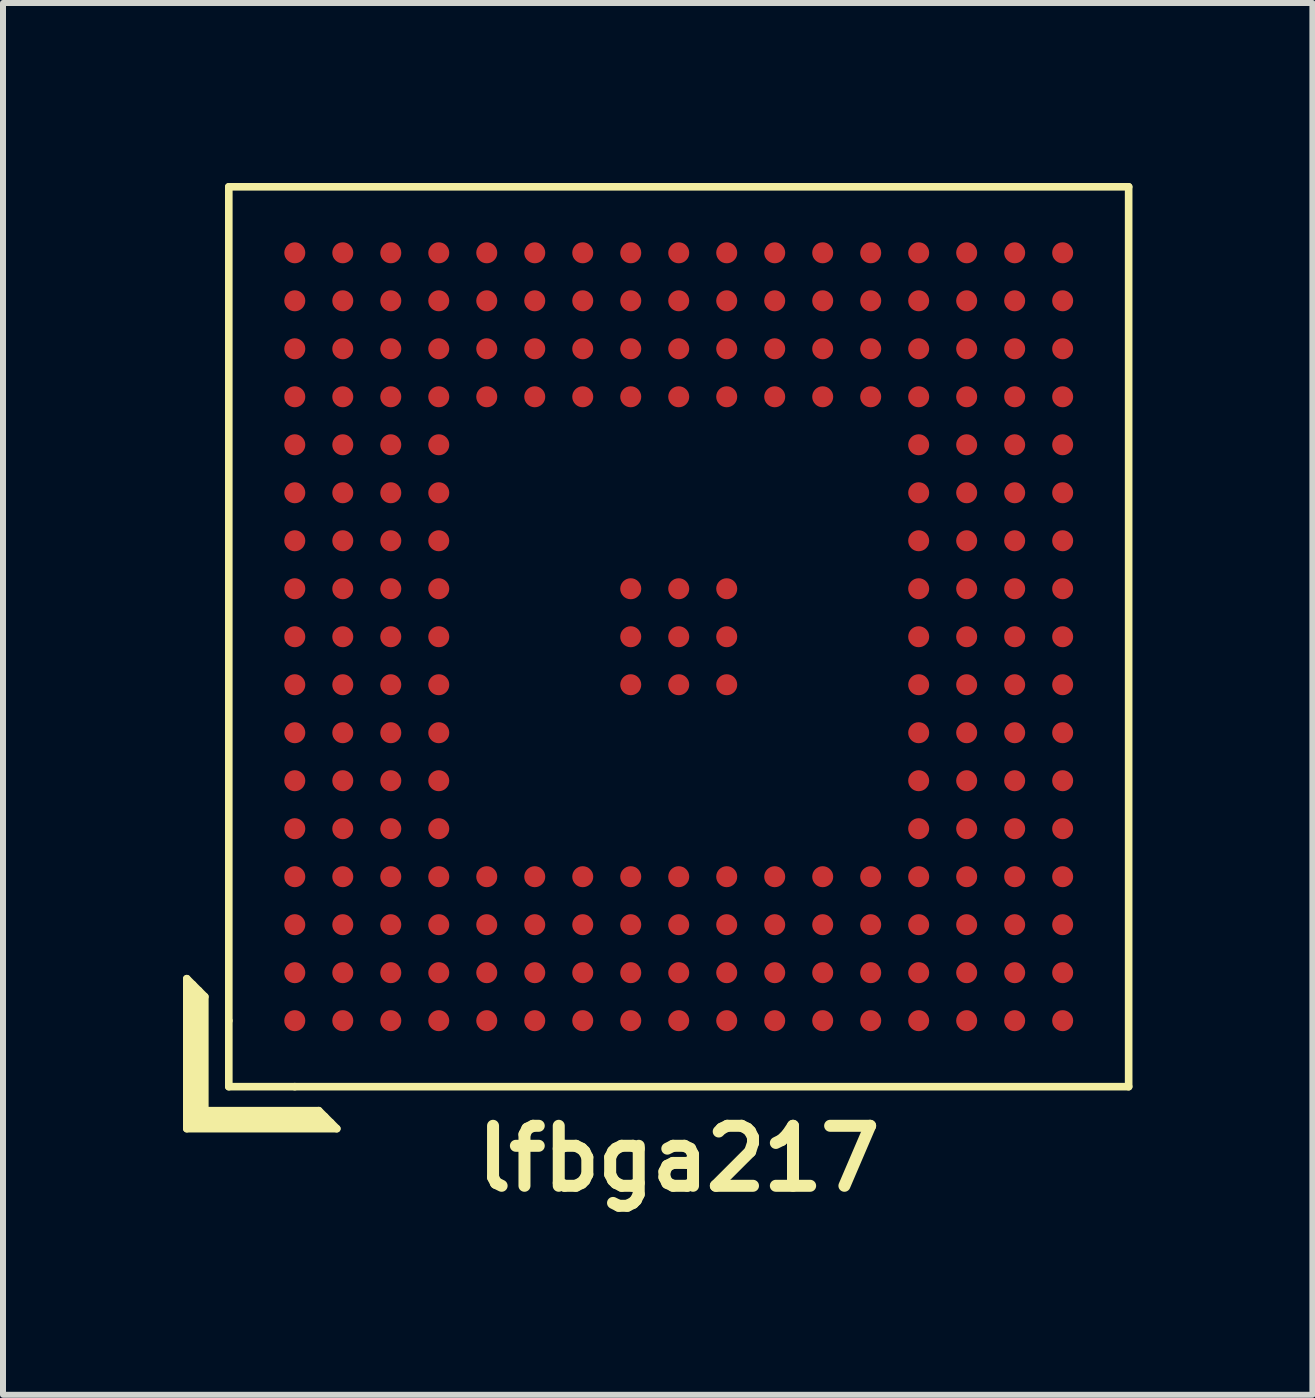
<source format=kicad_pcb>
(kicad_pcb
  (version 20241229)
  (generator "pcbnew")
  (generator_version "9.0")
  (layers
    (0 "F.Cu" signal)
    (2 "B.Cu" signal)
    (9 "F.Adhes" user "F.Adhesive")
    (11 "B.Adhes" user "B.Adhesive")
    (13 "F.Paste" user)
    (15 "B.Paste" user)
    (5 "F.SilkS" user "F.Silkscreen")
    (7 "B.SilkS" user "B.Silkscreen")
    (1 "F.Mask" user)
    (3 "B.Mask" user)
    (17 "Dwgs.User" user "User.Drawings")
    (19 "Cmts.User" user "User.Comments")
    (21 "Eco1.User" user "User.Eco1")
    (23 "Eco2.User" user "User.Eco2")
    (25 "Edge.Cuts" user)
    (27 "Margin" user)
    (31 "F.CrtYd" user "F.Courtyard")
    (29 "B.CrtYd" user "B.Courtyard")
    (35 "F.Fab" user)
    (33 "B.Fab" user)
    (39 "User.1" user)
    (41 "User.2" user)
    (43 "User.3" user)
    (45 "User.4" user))
  (footprint "lfbga217"
    (layer "F.Cu")
    (at 8.264 7.564)
    (property "Reference" "lfbga217" (at 0 8.7 0) (layer "F.SilkS") (effects (font (size 1 1) (thickness 0.2))))
    (attr smd)
    (fp_line (start -8.2 5.7) (end -7.9 6) (stroke (width 0.127) (type solid)) (layer "F.SilkS"))
    (fp_line (start -8.2 8.2) (end -8.2 5.7) (stroke (width 0.127) (type solid)) (layer "F.SilkS"))
    (fp_line (start -8.1 5.8) (end -8.1 8.1) (stroke (width 0.127) (type solid)) (layer "F.SilkS"))
    (fp_line (start -8.1 8.1) (end -5.8 8.1) (stroke (width 0.127) (type solid)) (layer "F.SilkS"))
    (fp_line (start -8 8) (end -8 5.9) (stroke (width 0.127) (type solid)) (layer "F.SilkS"))
    (fp_line (start -7.9 6) (end -7.9 7.9) (stroke (width 0.127) (type solid)) (layer "F.SilkS"))
    (fp_line (start -7.9 7.9) (end -6 7.9) (stroke (width 0.127) (type solid)) (layer "F.SilkS"))
    (fp_line (start -7.5 -7.5) (end 7.5 -7.5) (stroke (width 0.127) (type solid)) (layer "F.SilkS"))
    (fp_line (start -7.5 6.4) (end -7.5 -7.5) (stroke (width 0.127) (type solid)) (layer "F.SilkS"))
    (fp_line (start -7.5 6.4) (end -7.5 7.5) (stroke (width 0.127) (type solid)) (layer "F.SilkS"))
    (fp_line (start -7.5 7.5) (end -6.4 7.5) (stroke (width 0.127) (type solid)) (layer "F.SilkS"))
    (fp_line (start -6 7.9) (end -5.7 8.2) (stroke (width 0.127) (type solid)) (layer "F.SilkS"))
    (fp_line (start -5.9 8) (end -8 8) (stroke (width 0.127) (type solid)) (layer "F.SilkS"))
    (fp_line (start -5.7 8.2) (end -8.2 8.2) (stroke (width 0.127) (type solid)) (layer "F.SilkS"))
    (fp_line (start 7.5 -7.5) (end 7.5 7.5) (stroke (width 0.127) (type solid)) (layer "F.SilkS"))
    (fp_line (start 7.5 7.5) (end -6.4 7.5) (stroke (width 0.127) (type solid)) (layer "F.SilkS"))
    (pad "A1" smd circle (at -6.4 6.4) (size 0.35 0.35) (layers "F.Cu" "F.Mask" "F.Paste"))
    (pad "A2" smd circle (at -5.6 6.4) (size 0.35 0.35) (layers "F.Cu" "F.Mask" "F.Paste"))
    (pad "A3" smd circle (at -4.8 6.4) (size 0.35 0.35) (layers "F.Cu" "F.Mask" "F.Paste"))
    (pad "A4" smd circle (at -4 6.4) (size 0.35 0.35) (layers "F.Cu" "F.Mask" "F.Paste"))
    (pad "A5" smd circle (at -3.2 6.4) (size 0.35 0.35) (layers "F.Cu" "F.Mask" "F.Paste"))
    (pad "A6" smd circle (at -2.4 6.4) (size 0.35 0.35) (layers "F.Cu" "F.Mask" "F.Paste"))
    (pad "A7" smd circle (at -1.6 6.4) (size 0.35 0.35) (layers "F.Cu" "F.Mask" "F.Paste"))
    (pad "A8" smd circle (at -0.8 6.4) (size 0.35 0.35) (layers "F.Cu" "F.Mask" "F.Paste"))
    (pad "A9" smd circle (at 0 6.4) (size 0.35 0.35) (layers "F.Cu" "F.Mask" "F.Paste"))
    (pad "A10" smd circle (at 0.8 6.4) (size 0.35 0.35) (layers "F.Cu" "F.Mask" "F.Paste"))
    (pad "A11" smd circle (at 1.6 6.4) (size 0.35 0.35) (layers "F.Cu" "F.Mask" "F.Paste"))
    (pad "A12" smd circle (at 2.4 6.4) (size 0.35 0.35) (layers "F.Cu" "F.Mask" "F.Paste"))
    (pad "A13" smd circle (at 3.2 6.4) (size 0.35 0.35) (layers "F.Cu" "F.Mask" "F.Paste"))
    (pad "A14" smd circle (at 4 6.4) (size 0.35 0.35) (layers "F.Cu" "F.Mask" "F.Paste"))
    (pad "A15" smd circle (at 4.8 6.4) (size 0.35 0.35) (layers "F.Cu" "F.Mask" "F.Paste"))
    (pad "A16" smd circle (at 5.6 6.4) (size 0.35 0.35) (layers "F.Cu" "F.Mask" "F.Paste"))
    (pad "A17" smd circle (at 6.4 6.4) (size 0.35 0.35) (layers "F.Cu" "F.Mask" "F.Paste"))
    (pad "B1" smd circle (at -6.4 5.6) (size 0.35 0.35) (layers "F.Cu" "F.Mask" "F.Paste"))
    (pad "B2" smd circle (at -5.6 5.6) (size 0.35 0.35) (layers "F.Cu" "F.Mask" "F.Paste"))
    (pad "B3" smd circle (at -4.8 5.6) (size 0.35 0.35) (layers "F.Cu" "F.Mask" "F.Paste"))
    (pad "B4" smd circle (at -4 5.6) (size 0.35 0.35) (layers "F.Cu" "F.Mask" "F.Paste"))
    (pad "B5" smd circle (at -3.2 5.6) (size 0.35 0.35) (layers "F.Cu" "F.Mask" "F.Paste"))
    (pad "B6" smd circle (at -2.4 5.6) (size 0.35 0.35) (layers "F.Cu" "F.Mask" "F.Paste"))
    (pad "B7" smd circle (at -1.6 5.6) (size 0.35 0.35) (layers "F.Cu" "F.Mask" "F.Paste"))
    (pad "B8" smd circle (at -0.8 5.6) (size 0.35 0.35) (layers "F.Cu" "F.Mask" "F.Paste"))
    (pad "B9" smd circle (at 0 5.6) (size 0.35 0.35) (layers "F.Cu" "F.Mask" "F.Paste"))
    (pad "B10" smd circle (at 0.8 5.6) (size 0.35 0.35) (layers "F.Cu" "F.Mask" "F.Paste"))
    (pad "B11" smd circle (at 1.6 5.6) (size 0.35 0.35) (layers "F.Cu" "F.Mask" "F.Paste"))
    (pad "B12" smd circle (at 2.4 5.6) (size 0.35 0.35) (layers "F.Cu" "F.Mask" "F.Paste"))
    (pad "B13" smd circle (at 3.2 5.6) (size 0.35 0.35) (layers "F.Cu" "F.Mask" "F.Paste"))
    (pad "B14" smd circle (at 4 5.6) (size 0.35 0.35) (layers "F.Cu" "F.Mask" "F.Paste"))
    (pad "B15" smd circle (at 4.8 5.6) (size 0.35 0.35) (layers "F.Cu" "F.Mask" "F.Paste"))
    (pad "B16" smd circle (at 5.6 5.6) (size 0.35 0.35) (layers "F.Cu" "F.Mask" "F.Paste"))
    (pad "B17" smd circle (at 6.4 5.6) (size 0.35 0.35) (layers "F.Cu" "F.Mask" "F.Paste"))
    (pad "C1" smd circle (at -6.4 4.8) (size 0.35 0.35) (layers "F.Cu" "F.Mask" "F.Paste"))
    (pad "C2" smd circle (at -5.6 4.8) (size 0.35 0.35) (layers "F.Cu" "F.Mask" "F.Paste"))
    (pad "C3" smd circle (at -4.8 4.8) (size 0.35 0.35) (layers "F.Cu" "F.Mask" "F.Paste"))
    (pad "C4" smd circle (at -4 4.8) (size 0.35 0.35) (layers "F.Cu" "F.Mask" "F.Paste"))
    (pad "C5" smd circle (at -3.2 4.8) (size 0.35 0.35) (layers "F.Cu" "F.Mask" "F.Paste"))
    (pad "C6" smd circle (at -2.4 4.8) (size 0.35 0.35) (layers "F.Cu" "F.Mask" "F.Paste"))
    (pad "C7" smd circle (at -1.6 4.8) (size 0.35 0.35) (layers "F.Cu" "F.Mask" "F.Paste"))
    (pad "C8" smd circle (at -0.8 4.8) (size 0.35 0.35) (layers "F.Cu" "F.Mask" "F.Paste"))
    (pad "C9" smd circle (at 0 4.8) (size 0.35 0.35) (layers "F.Cu" "F.Mask" "F.Paste"))
    (pad "C10" smd circle (at 0.8 4.8) (size 0.35 0.35) (layers "F.Cu" "F.Mask" "F.Paste"))
    (pad "C11" smd circle (at 1.6 4.8) (size 0.35 0.35) (layers "F.Cu" "F.Mask" "F.Paste"))
    (pad "C12" smd circle (at 2.4 4.8) (size 0.35 0.35) (layers "F.Cu" "F.Mask" "F.Paste"))
    (pad "C13" smd circle (at 3.2 4.8) (size 0.35 0.35) (layers "F.Cu" "F.Mask" "F.Paste"))
    (pad "C14" smd circle (at 4 4.8) (size 0.35 0.35) (layers "F.Cu" "F.Mask" "F.Paste"))
    (pad "C15" smd circle (at 4.8 4.8) (size 0.35 0.35) (layers "F.Cu" "F.Mask" "F.Paste"))
    (pad "C16" smd circle (at 5.6 4.8) (size 0.35 0.35) (layers "F.Cu" "F.Mask" "F.Paste"))
    (pad "C17" smd circle (at 6.4 4.8) (size 0.35 0.35) (layers "F.Cu" "F.Mask" "F.Paste"))
    (pad "D1" smd circle (at -6.4 4) (size 0.35 0.35) (layers "F.Cu" "F.Mask" "F.Paste"))
    (pad "D2" smd circle (at -5.6 4) (size 0.35 0.35) (layers "F.Cu" "F.Mask" "F.Paste"))
    (pad "D3" smd circle (at -4.8 4) (size 0.35 0.35) (layers "F.Cu" "F.Mask" "F.Paste"))
    (pad "D4" smd circle (at -4 4) (size 0.35 0.35) (layers "F.Cu" "F.Mask" "F.Paste"))
    (pad "D5" smd circle (at -3.2 4) (size 0.35 0.35) (layers "F.Cu" "F.Mask" "F.Paste"))
    (pad "D6" smd circle (at -2.4 4) (size 0.35 0.35) (layers "F.Cu" "F.Mask" "F.Paste"))
    (pad "D7" smd circle (at -1.6 4) (size 0.35 0.35) (layers "F.Cu" "F.Mask" "F.Paste"))
    (pad "D8" smd circle (at -0.8 4) (size 0.35 0.35) (layers "F.Cu" "F.Mask" "F.Paste"))
    (pad "D9" smd circle (at 0 4) (size 0.35 0.35) (layers "F.Cu" "F.Mask" "F.Paste"))
    (pad "D10" smd circle (at 0.8 4) (size 0.35 0.35) (layers "F.Cu" "F.Mask" "F.Paste"))
    (pad "D11" smd circle (at 1.6 4) (size 0.35 0.35) (layers "F.Cu" "F.Mask" "F.Paste"))
    (pad "D12" smd circle (at 2.4 4) (size 0.35 0.35) (layers "F.Cu" "F.Mask" "F.Paste"))
    (pad "D13" smd circle (at 3.2 4) (size 0.35 0.35) (layers "F.Cu" "F.Mask" "F.Paste"))
    (pad "D14" smd circle (at 4 4) (size 0.35 0.35) (layers "F.Cu" "F.Mask" "F.Paste"))
    (pad "D15" smd circle (at 4.8 4) (size 0.35 0.35) (layers "F.Cu" "F.Mask" "F.Paste"))
    (pad "D16" smd circle (at 5.6 4) (size 0.35 0.35) (layers "F.Cu" "F.Mask" "F.Paste"))
    (pad "D17" smd circle (at 6.4 4) (size 0.35 0.35) (layers "F.Cu" "F.Mask" "F.Paste"))
    (pad "E1" smd circle (at -6.4 3.2) (size 0.35 0.35) (layers "F.Cu" "F.Mask" "F.Paste"))
    (pad "E2" smd circle (at -5.6 3.2) (size 0.35 0.35) (layers "F.Cu" "F.Mask" "F.Paste"))
    (pad "E3" smd circle (at -4.8 3.2) (size 0.35 0.35) (layers "F.Cu" "F.Mask" "F.Paste"))
    (pad "E4" smd circle (at -4 3.2) (size 0.35 0.35) (layers "F.Cu" "F.Mask" "F.Paste"))
    (pad "E14" smd circle (at 4 3.2) (size 0.35 0.35) (layers "F.Cu" "F.Mask" "F.Paste"))
    (pad "E15" smd circle (at 4.8 3.2) (size 0.35 0.35) (layers "F.Cu" "F.Mask" "F.Paste"))
    (pad "E16" smd circle (at 5.6 3.2) (size 0.35 0.35) (layers "F.Cu" "F.Mask" "F.Paste"))
    (pad "E17" smd circle (at 6.4 3.2) (size 0.35 0.35) (layers "F.Cu" "F.Mask" "F.Paste"))
    (pad "F1" smd circle (at -6.4 2.4) (size 0.35 0.35) (layers "F.Cu" "F.Mask" "F.Paste"))
    (pad "F2" smd circle (at -5.6 2.4) (size 0.35 0.35) (layers "F.Cu" "F.Mask" "F.Paste"))
    (pad "F3" smd circle (at -4.8 2.4) (size 0.35 0.35) (layers "F.Cu" "F.Mask" "F.Paste"))
    (pad "F4" smd circle (at -4 2.4) (size 0.35 0.35) (layers "F.Cu" "F.Mask" "F.Paste"))
    (pad "F14" smd circle (at 4 2.4) (size 0.35 0.35) (layers "F.Cu" "F.Mask" "F.Paste"))
    (pad "F15" smd circle (at 4.8 2.4) (size 0.35 0.35) (layers "F.Cu" "F.Mask" "F.Paste"))
    (pad "F16" smd circle (at 5.6 2.4) (size 0.35 0.35) (layers "F.Cu" "F.Mask" "F.Paste"))
    (pad "F17" smd circle (at 6.4 2.4) (size 0.35 0.35) (layers "F.Cu" "F.Mask" "F.Paste"))
    (pad "G1" smd circle (at -6.4 1.6) (size 0.35 0.35) (layers "F.Cu" "F.Mask" "F.Paste"))
    (pad "G2" smd circle (at -5.6 1.6) (size 0.35 0.35) (layers "F.Cu" "F.Mask" "F.Paste"))
    (pad "G3" smd circle (at -4.8 1.6) (size 0.35 0.35) (layers "F.Cu" "F.Mask" "F.Paste"))
    (pad "G4" smd circle (at -4 1.6) (size 0.35 0.35) (layers "F.Cu" "F.Mask" "F.Paste"))
    (pad "G14" smd circle (at 4 1.6) (size 0.35 0.35) (layers "F.Cu" "F.Mask" "F.Paste"))
    (pad "G15" smd circle (at 4.8 1.6) (size 0.35 0.35) (layers "F.Cu" "F.Mask" "F.Paste"))
    (pad "G16" smd circle (at 5.6 1.6) (size 0.35 0.35) (layers "F.Cu" "F.Mask" "F.Paste"))
    (pad "G17" smd circle (at 6.4 1.6) (size 0.35 0.35) (layers "F.Cu" "F.Mask" "F.Paste"))
    (pad "H1" smd circle (at -6.4 0.8) (size 0.35 0.35) (layers "F.Cu" "F.Mask" "F.Paste"))
    (pad "H2" smd circle (at -5.6 0.8) (size 0.35 0.35) (layers "F.Cu" "F.Mask" "F.Paste"))
    (pad "H3" smd circle (at -4.8 0.8) (size 0.35 0.35) (layers "F.Cu" "F.Mask" "F.Paste"))
    (pad "H4" smd circle (at -4 0.8) (size 0.35 0.35) (layers "F.Cu" "F.Mask" "F.Paste"))
    (pad "H8" smd circle (at -0.8 0.8) (size 0.35 0.35) (layers "F.Cu" "F.Mask" "F.Paste"))
    (pad "H9" smd circle (at 0 0.8) (size 0.35 0.35) (layers "F.Cu" "F.Mask" "F.Paste"))
    (pad "H10" smd circle (at 0.8 0.8) (size 0.35 0.35) (layers "F.Cu" "F.Mask" "F.Paste"))
    (pad "H14" smd circle (at 4 0.8) (size 0.35 0.35) (layers "F.Cu" "F.Mask" "F.Paste"))
    (pad "H15" smd circle (at 4.8 0.8) (size 0.35 0.35) (layers "F.Cu" "F.Mask" "F.Paste"))
    (pad "H16" smd circle (at 5.6 0.8) (size 0.35 0.35) (layers "F.Cu" "F.Mask" "F.Paste"))
    (pad "H17" smd circle (at 6.4 0.8) (size 0.35 0.35) (layers "F.Cu" "F.Mask" "F.Paste"))
    (pad "J1" smd circle (at -6.4 0) (size 0.35 0.35) (layers "F.Cu" "F.Mask" "F.Paste"))
    (pad "J2" smd circle (at -5.6 0) (size 0.35 0.35) (layers "F.Cu" "F.Mask" "F.Paste"))
    (pad "J3" smd circle (at -4.8 0) (size 0.35 0.35) (layers "F.Cu" "F.Mask" "F.Paste"))
    (pad "J4" smd circle (at -4 0) (size 0.35 0.35) (layers "F.Cu" "F.Mask" "F.Paste"))
    (pad "J8" smd circle (at -0.8 0) (size 0.35 0.35) (layers "F.Cu" "F.Mask" "F.Paste"))
    (pad "J9" smd circle (at 0 0) (size 0.35 0.35) (layers "F.Cu" "F.Mask" "F.Paste"))
    (pad "J10" smd circle (at 0.8 0) (size 0.35 0.35) (layers "F.Cu" "F.Mask" "F.Paste"))
    (pad "J14" smd circle (at 4 0) (size 0.35 0.35) (layers "F.Cu" "F.Mask" "F.Paste"))
    (pad "J15" smd circle (at 4.8 0) (size 0.35 0.35) (layers "F.Cu" "F.Mask" "F.Paste"))
    (pad "J16" smd circle (at 5.6 0) (size 0.35 0.35) (layers "F.Cu" "F.Mask" "F.Paste"))
    (pad "J17" smd circle (at 6.4 0) (size 0.35 0.35) (layers "F.Cu" "F.Mask" "F.Paste"))
    (pad "K1" smd circle (at -6.4 -0.8) (size 0.35 0.35) (layers "F.Cu" "F.Mask" "F.Paste"))
    (pad "K2" smd circle (at -5.6 -0.8) (size 0.35 0.35) (layers "F.Cu" "F.Mask" "F.Paste"))
    (pad "K3" smd circle (at -4.8 -0.8) (size 0.35 0.35) (layers "F.Cu" "F.Mask" "F.Paste"))
    (pad "K4" smd circle (at -4 -0.8) (size 0.35 0.35) (layers "F.Cu" "F.Mask" "F.Paste"))
    (pad "K8" smd circle (at -0.8 -0.8) (size 0.35 0.35) (layers "F.Cu" "F.Mask" "F.Paste"))
    (pad "K9" smd circle (at 0 -0.8) (size 0.35 0.35) (layers "F.Cu" "F.Mask" "F.Paste"))
    (pad "K10" smd circle (at 0.8 -0.8) (size 0.35 0.35) (layers "F.Cu" "F.Mask" "F.Paste"))
    (pad "K14" smd circle (at 4 -0.8) (size 0.35 0.35) (layers "F.Cu" "F.Mask" "F.Paste"))
    (pad "K15" smd circle (at 4.8 -0.8) (size 0.35 0.35) (layers "F.Cu" "F.Mask" "F.Paste"))
    (pad "K16" smd circle (at 5.6 -0.8) (size 0.35 0.35) (layers "F.Cu" "F.Mask" "F.Paste"))
    (pad "K17" smd circle (at 6.4 -0.8) (size 0.35 0.35) (layers "F.Cu" "F.Mask" "F.Paste"))
    (pad "L1" smd circle (at -6.4 -1.6) (size 0.35 0.35) (layers "F.Cu" "F.Mask" "F.Paste"))
    (pad "L2" smd circle (at -5.6 -1.6) (size 0.35 0.35) (layers "F.Cu" "F.Mask" "F.Paste"))
    (pad "L3" smd circle (at -4.8 -1.6) (size 0.35 0.35) (layers "F.Cu" "F.Mask" "F.Paste"))
    (pad "L4" smd circle (at -4 -1.6) (size 0.35 0.35) (layers "F.Cu" "F.Mask" "F.Paste"))
    (pad "L14" smd circle (at 4 -1.6) (size 0.35 0.35) (layers "F.Cu" "F.Mask" "F.Paste"))
    (pad "L15" smd circle (at 4.8 -1.6) (size 0.35 0.35) (layers "F.Cu" "F.Mask" "F.Paste"))
    (pad "L16" smd circle (at 5.6 -1.6) (size 0.35 0.35) (layers "F.Cu" "F.Mask" "F.Paste"))
    (pad "L17" smd circle (at 6.4 -1.6) (size 0.35 0.35) (layers "F.Cu" "F.Mask" "F.Paste"))
    (pad "M1" smd circle (at -6.4 -2.4) (size 0.35 0.35) (layers "F.Cu" "F.Mask" "F.Paste"))
    (pad "M2" smd circle (at -5.6 -2.4) (size 0.35 0.35) (layers "F.Cu" "F.Mask" "F.Paste"))
    (pad "M3" smd circle (at -4.8 -2.4) (size 0.35 0.35) (layers "F.Cu" "F.Mask" "F.Paste"))
    (pad "M4" smd circle (at -4 -2.4) (size 0.35 0.35) (layers "F.Cu" "F.Mask" "F.Paste"))
    (pad "M14" smd circle (at 4 -2.4) (size 0.35 0.35) (layers "F.Cu" "F.Mask" "F.Paste"))
    (pad "M15" smd circle (at 4.8 -2.4) (size 0.35 0.35) (layers "F.Cu" "F.Mask" "F.Paste"))
    (pad "M16" smd circle (at 5.6 -2.4) (size 0.35 0.35) (layers "F.Cu" "F.Mask" "F.Paste"))
    (pad "M17" smd circle (at 6.4 -2.4) (size 0.35 0.35) (layers "F.Cu" "F.Mask" "F.Paste"))
    (pad "N1" smd circle (at -6.4 -3.2) (size 0.35 0.35) (layers "F.Cu" "F.Mask" "F.Paste"))
    (pad "N2" smd circle (at -5.6 -3.2) (size 0.35 0.35) (layers "F.Cu" "F.Mask" "F.Paste"))
    (pad "N3" smd circle (at -4.8 -3.2) (size 0.35 0.35) (layers "F.Cu" "F.Mask" "F.Paste"))
    (pad "N4" smd circle (at -4 -3.2) (size 0.35 0.35) (layers "F.Cu" "F.Mask" "F.Paste"))
    (pad "N14" smd circle (at 4 -3.2) (size 0.35 0.35) (layers "F.Cu" "F.Mask" "F.Paste"))
    (pad "N15" smd circle (at 4.8 -3.2) (size 0.35 0.35) (layers "F.Cu" "F.Mask" "F.Paste"))
    (pad "N16" smd circle (at 5.6 -3.2) (size 0.35 0.35) (layers "F.Cu" "F.Mask" "F.Paste"))
    (pad "N17" smd circle (at 6.4 -3.2) (size 0.35 0.35) (layers "F.Cu" "F.Mask" "F.Paste"))
    (pad "P1" smd circle (at -6.4 -4) (size 0.35 0.35) (layers "F.Cu" "F.Mask" "F.Paste"))
    (pad "P2" smd circle (at -5.6 -4) (size 0.35 0.35) (layers "F.Cu" "F.Mask" "F.Paste"))
    (pad "P3" smd circle (at -4.8 -4) (size 0.35 0.35) (layers "F.Cu" "F.Mask" "F.Paste"))
    (pad "P4" smd circle (at -4 -4) (size 0.35 0.35) (layers "F.Cu" "F.Mask" "F.Paste"))
    (pad "P5" smd circle (at -3.2 -4) (size 0.35 0.35) (layers "F.Cu" "F.Mask" "F.Paste"))
    (pad "P6" smd circle (at -2.4 -4) (size 0.35 0.35) (layers "F.Cu" "F.Mask" "F.Paste"))
    (pad "P7" smd circle (at -1.6 -4) (size 0.35 0.35) (layers "F.Cu" "F.Mask" "F.Paste"))
    (pad "P8" smd circle (at -0.8 -4) (size 0.35 0.35) (layers "F.Cu" "F.Mask" "F.Paste"))
    (pad "P9" smd circle (at 0 -4) (size 0.35 0.35) (layers "F.Cu" "F.Mask" "F.Paste"))
    (pad "P10" smd circle (at 0.8 -4) (size 0.35 0.35) (layers "F.Cu" "F.Mask" "F.Paste"))
    (pad "P11" smd circle (at 1.6 -4) (size 0.35 0.35) (layers "F.Cu" "F.Mask" "F.Paste"))
    (pad "P12" smd circle (at 2.4 -4) (size 0.35 0.35) (layers "F.Cu" "F.Mask" "F.Paste"))
    (pad "P13" smd circle (at 3.2 -4) (size 0.35 0.35) (layers "F.Cu" "F.Mask" "F.Paste"))
    (pad "P14" smd circle (at 4 -4) (size 0.35 0.35) (layers "F.Cu" "F.Mask" "F.Paste"))
    (pad "P15" smd circle (at 4.8 -4) (size 0.35 0.35) (layers "F.Cu" "F.Mask" "F.Paste"))
    (pad "P16" smd circle (at 5.6 -4) (size 0.35 0.35) (layers "F.Cu" "F.Mask" "F.Paste"))
    (pad "P17" smd circle (at 6.4 -4) (size 0.35 0.35) (layers "F.Cu" "F.Mask" "F.Paste"))
    (pad "R1" smd circle (at -6.4 -4.8) (size 0.35 0.35) (layers "F.Cu" "F.Mask" "F.Paste"))
    (pad "R2" smd circle (at -5.6 -4.8) (size 0.35 0.35) (layers "F.Cu" "F.Mask" "F.Paste"))
    (pad "R3" smd circle (at -4.8 -4.8) (size 0.35 0.35) (layers "F.Cu" "F.Mask" "F.Paste"))
    (pad "R4" smd circle (at -4 -4.8) (size 0.35 0.35) (layers "F.Cu" "F.Mask" "F.Paste"))
    (pad "R5" smd circle (at -3.2 -4.8) (size 0.35 0.35) (layers "F.Cu" "F.Mask" "F.Paste"))
    (pad "R6" smd circle (at -2.4 -4.8) (size 0.35 0.35) (layers "F.Cu" "F.Mask" "F.Paste"))
    (pad "R7" smd circle (at -1.6 -4.8) (size 0.35 0.35) (layers "F.Cu" "F.Mask" "F.Paste"))
    (pad "R8" smd circle (at -0.8 -4.8) (size 0.35 0.35) (layers "F.Cu" "F.Mask" "F.Paste"))
    (pad "R9" smd circle (at 0 -4.8) (size 0.35 0.35) (layers "F.Cu" "F.Mask" "F.Paste"))
    (pad "R10" smd circle (at 0.8 -4.8) (size 0.35 0.35) (layers "F.Cu" "F.Mask" "F.Paste"))
    (pad "R11" smd circle (at 1.6 -4.8) (size 0.35 0.35) (layers "F.Cu" "F.Mask" "F.Paste"))
    (pad "R12" smd circle (at 2.4 -4.8) (size 0.35 0.35) (layers "F.Cu" "F.Mask" "F.Paste"))
    (pad "R13" smd circle (at 3.2 -4.8) (size 0.35 0.35) (layers "F.Cu" "F.Mask" "F.Paste"))
    (pad "R14" smd circle (at 4 -4.8) (size 0.35 0.35) (layers "F.Cu" "F.Mask" "F.Paste"))
    (pad "R15" smd circle (at 4.8 -4.8) (size 0.35 0.35) (layers "F.Cu" "F.Mask" "F.Paste"))
    (pad "R16" smd circle (at 5.6 -4.8) (size 0.35 0.35) (layers "F.Cu" "F.Mask" "F.Paste"))
    (pad "R17" smd circle (at 6.4 -4.8) (size 0.35 0.35) (layers "F.Cu" "F.Mask" "F.Paste"))
    (pad "T1" smd circle (at -6.4 -5.6) (size 0.35 0.35) (layers "F.Cu" "F.Mask" "F.Paste"))
    (pad "T2" smd circle (at -5.6 -5.6) (size 0.35 0.35) (layers "F.Cu" "F.Mask" "F.Paste"))
    (pad "T3" smd circle (at -4.8 -5.6) (size 0.35 0.35) (layers "F.Cu" "F.Mask" "F.Paste"))
    (pad "T4" smd circle (at -4 -5.6) (size 0.35 0.35) (layers "F.Cu" "F.Mask" "F.Paste"))
    (pad "T5" smd circle (at -3.2 -5.6) (size 0.35 0.35) (layers "F.Cu" "F.Mask" "F.Paste"))
    (pad "T6" smd circle (at -2.4 -5.6) (size 0.35 0.35) (layers "F.Cu" "F.Mask" "F.Paste"))
    (pad "T7" smd circle (at -1.6 -5.6) (size 0.35 0.35) (layers "F.Cu" "F.Mask" "F.Paste"))
    (pad "T8" smd circle (at -0.8 -5.6) (size 0.35 0.35) (layers "F.Cu" "F.Mask" "F.Paste"))
    (pad "T9" smd circle (at 0 -5.6) (size 0.35 0.35) (layers "F.Cu" "F.Mask" "F.Paste"))
    (pad "T10" smd circle (at 0.8 -5.6) (size 0.35 0.35) (layers "F.Cu" "F.Mask" "F.Paste"))
    (pad "T11" smd circle (at 1.6 -5.6) (size 0.35 0.35) (layers "F.Cu" "F.Mask" "F.Paste"))
    (pad "T12" smd circle (at 2.4 -5.6) (size 0.35 0.35) (layers "F.Cu" "F.Mask" "F.Paste"))
    (pad "T13" smd circle (at 3.2 -5.6) (size 0.35 0.35) (layers "F.Cu" "F.Mask" "F.Paste"))
    (pad "T14" smd circle (at 4 -5.6) (size 0.35 0.35) (layers "F.Cu" "F.Mask" "F.Paste"))
    (pad "T15" smd circle (at 4.8 -5.6) (size 0.35 0.35) (layers "F.Cu" "F.Mask" "F.Paste"))
    (pad "T16" smd circle (at 5.6 -5.6) (size 0.35 0.35) (layers "F.Cu" "F.Mask" "F.Paste"))
    (pad "T17" smd circle (at 6.4 -5.6) (size 0.35 0.35) (layers "F.Cu" "F.Mask" "F.Paste"))
    (pad "U1" smd circle (at -6.4 -6.4) (size 0.35 0.35) (layers "F.Cu" "F.Mask" "F.Paste"))
    (pad "U2" smd circle (at -5.6 -6.4) (size 0.35 0.35) (layers "F.Cu" "F.Mask" "F.Paste"))
    (pad "U3" smd circle (at -4.8 -6.4) (size 0.35 0.35) (layers "F.Cu" "F.Mask" "F.Paste"))
    (pad "U4" smd circle (at -4 -6.4) (size 0.35 0.35) (layers "F.Cu" "F.Mask" "F.Paste"))
    (pad "U5" smd circle (at -3.2 -6.4) (size 0.35 0.35) (layers "F.Cu" "F.Mask" "F.Paste"))
    (pad "U6" smd circle (at -2.4 -6.4) (size 0.35 0.35) (layers "F.Cu" "F.Mask" "F.Paste"))
    (pad "U7" smd circle (at -1.6 -6.4) (size 0.35 0.35) (layers "F.Cu" "F.Mask" "F.Paste"))
    (pad "U8" smd circle (at -0.8 -6.4) (size 0.35 0.35) (layers "F.Cu" "F.Mask" "F.Paste"))
    (pad "U9" smd circle (at 0 -6.4) (size 0.35 0.35) (layers "F.Cu" "F.Mask" "F.Paste"))
    (pad "U10" smd circle (at 0.8 -6.4) (size 0.35 0.35) (layers "F.Cu" "F.Mask" "F.Paste"))
    (pad "U11" smd circle (at 1.6 -6.4) (size 0.35 0.35) (layers "F.Cu" "F.Mask" "F.Paste"))
    (pad "U12" smd circle (at 2.4 -6.4) (size 0.35 0.35) (layers "F.Cu" "F.Mask" "F.Paste"))
    (pad "U13" smd circle (at 3.2 -6.4) (size 0.35 0.35) (layers "F.Cu" "F.Mask" "F.Paste"))
    (pad "U14" smd circle (at 4 -6.4) (size 0.35 0.35) (layers "F.Cu" "F.Mask" "F.Paste"))
    (pad "U15" smd circle (at 4.8 -6.4) (size 0.35 0.35) (layers "F.Cu" "F.Mask" "F.Paste"))
    (pad "U16" smd circle (at 5.6 -6.4) (size 0.35 0.35) (layers "F.Cu" "F.Mask" "F.Paste"))
    (pad "U17" smd circle (at 6.4 -6.4) (size 0.35 0.35) (layers "F.Cu" "F.Mask" "F.Paste")))
  (gr_rect
    (start -3 -3)
    (end 18.827 20.2)
    (stroke (width 0.1) (type default))
    (fill no)
    (layer "Edge.Cuts")))
</source>
